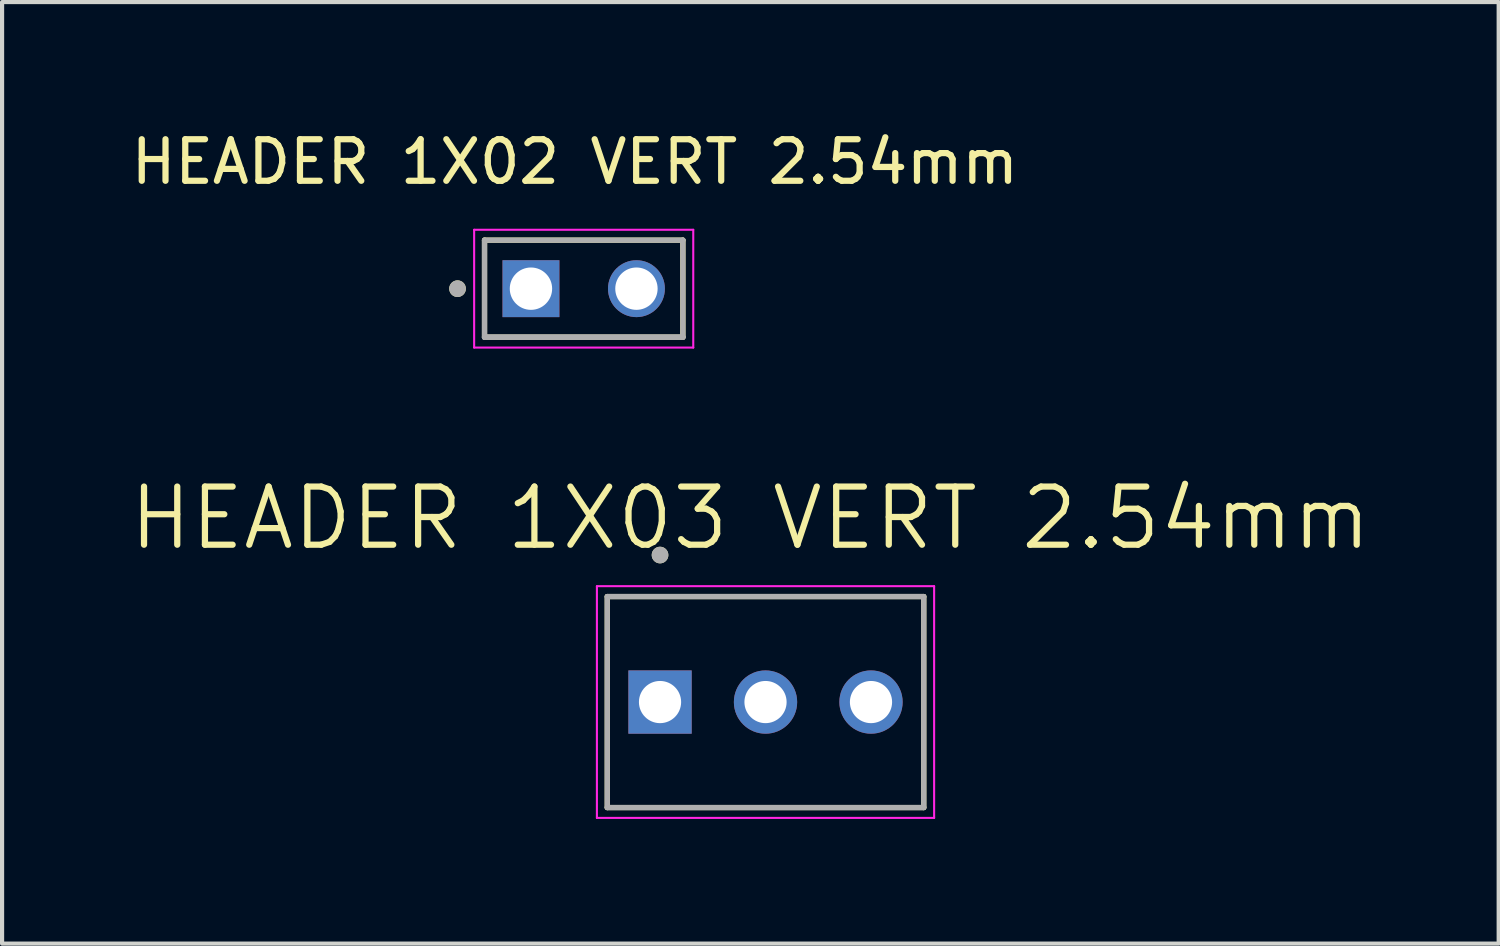
<source format=kicad_pcb>
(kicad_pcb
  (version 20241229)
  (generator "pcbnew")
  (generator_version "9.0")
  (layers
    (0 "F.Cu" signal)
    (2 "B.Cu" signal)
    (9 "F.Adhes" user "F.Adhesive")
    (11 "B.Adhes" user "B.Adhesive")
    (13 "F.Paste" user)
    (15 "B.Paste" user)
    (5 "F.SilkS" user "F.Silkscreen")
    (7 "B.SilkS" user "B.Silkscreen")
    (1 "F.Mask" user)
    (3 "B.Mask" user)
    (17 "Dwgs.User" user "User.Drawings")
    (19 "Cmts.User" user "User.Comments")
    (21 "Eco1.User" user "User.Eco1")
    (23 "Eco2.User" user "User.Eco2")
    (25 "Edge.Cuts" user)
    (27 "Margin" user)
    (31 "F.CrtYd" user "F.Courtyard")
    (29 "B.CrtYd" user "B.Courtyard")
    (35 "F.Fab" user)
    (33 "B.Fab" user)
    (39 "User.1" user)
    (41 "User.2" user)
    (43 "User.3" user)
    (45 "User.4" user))
  (footprint "HEADER 1X02 VERT 2.54mm"
    (layer "F.Cu")
    (at 9.735 3.901)
    (property "Reference" "HEADER 1X02 VERT 2.54mm" (at 1.057 -3.053 0) (layer "F.SilkS") (effects (font (size 1 1) (thickness 0.15))))
    (attr through_hole)
    (fp_line (start -1.118 1.168) (end -1.118 -1.168) (stroke (width 0.127) (type solid)) (layer "F.SilkS"))
    (fp_line (start 3.658 -1.168) (end -1.118 -1.168) (stroke (width 0.127) (type solid)) (layer "F.SilkS"))
    (fp_line (start 3.658 -1.168) (end 3.658 1.168) (stroke (width 0.127) (type solid)) (layer "F.SilkS"))
    (fp_line (start 3.658 1.168) (end -1.118 1.168) (stroke (width 0.127) (type solid)) (layer "F.SilkS"))
    (fp_circle (center -1.768 0) (end -1.668 0) (stroke (width 0.2) (type solid)) (fill no) (layer "F.SilkS"))
    (fp_line (start -1.368 -1.418) (end 3.908 -1.418) (stroke (width 0.05) (type solid)) (layer "F.CrtYd"))
    (fp_line (start -1.368 1.418) (end -1.368 -1.418) (stroke (width 0.05) (type solid)) (layer "F.CrtYd"))
    (fp_line (start 3.908 -1.418) (end 3.908 1.418) (stroke (width 0.05) (type solid)) (layer "F.CrtYd"))
    (fp_line (start 3.908 1.418) (end -1.368 1.418) (stroke (width 0.05) (type solid)) (layer "F.CrtYd"))
    (fp_line (start -1.118 -1.168) (end 3.658 -1.168) (stroke (width 0.127) (type solid)) (layer "F.Fab"))
    (fp_line (start -1.118 1.168) (end -1.118 -1.168) (stroke (width 0.127) (type solid)) (layer "F.Fab"))
    (fp_line (start -1.118 1.168) (end -1.118 1.168) (stroke (width 0.127) (type solid)) (layer "F.Fab"))
    (fp_line (start -1.118 1.168) (end 3.658 1.168) (stroke (width 0.127) (type solid)) (layer "F.Fab"))
    (fp_line (start 3.658 -1.168) (end 3.658 1.168) (stroke (width 0.127) (type solid)) (layer "F.Fab"))
    (fp_line (start 3.658 1.168) (end -1.118 1.168) (stroke (width 0.127) (type solid)) (layer "F.Fab"))
    (fp_line (start 3.658 1.168) (end 3.658 1.168) (stroke (width 0.127) (type solid)) (layer "F.Fab"))
    (fp_circle (center -1.768 0) (end -1.668 0) (stroke (width 0.2) (type solid)) (fill no) (layer "F.Fab"))
    (pad "1" thru_hole rect (at 0 0) (size 1.37 1.37) (drill 1.02) (layers "*.Cu" "*.Mask"))
    (pad "2" thru_hole circle (at 2.54 0) (size 1.37 1.37) (drill 1.02) (layers "*.Cu" "*.Mask")))
  (footprint "HEADER 1X03 VERT 2.54mm"
    (layer "F.Cu")
    (at 15.383 13.855)
    (property "Reference" "HEADER 1X03 VERT 2.54mm" (at -0.365 -4.429 0) (layer "F.SilkS") (effects (font (size 1.4 1.4) (thickness 0.15))))
    (attr through_hole)
    (fp_line (start -3.81 -2.54) (end 3.81 -2.54) (stroke (width 0.127) (type solid)) (layer "F.SilkS"))
    (fp_line (start -3.81 2.54) (end -3.81 -2.54) (stroke (width 0.127) (type solid)) (layer "F.SilkS"))
    (fp_line (start 3.81 -2.54) (end 3.81 2.54) (stroke (width 0.127) (type solid)) (layer "F.SilkS"))
    (fp_line (start 3.81 2.54) (end -3.81 2.54) (stroke (width 0.127) (type solid)) (layer "F.SilkS"))
    (fp_circle (center -2.54 -3.54) (end -2.44 -3.54) (stroke (width 0.2) (type solid)) (fill no) (layer "F.SilkS"))
    (fp_line (start -4.06 -2.79) (end 4.06 -2.79) (stroke (width 0.05) (type solid)) (layer "F.CrtYd"))
    (fp_line (start -4.06 2.79) (end -4.06 -2.79) (stroke (width 0.05) (type solid)) (layer "F.CrtYd"))
    (fp_line (start 4.06 -2.79) (end 4.06 2.79) (stroke (width 0.05) (type solid)) (layer "F.CrtYd"))
    (fp_line (start 4.06 2.79) (end -4.06 2.79) (stroke (width 0.05) (type solid)) (layer "F.CrtYd"))
    (fp_line (start -3.81 -2.54) (end 3.81 -2.54) (stroke (width 0.127) (type solid)) (layer "F.Fab"))
    (fp_line (start -3.81 2.54) (end -3.81 -2.54) (stroke (width 0.127) (type solid)) (layer "F.Fab"))
    (fp_line (start 3.81 -2.54) (end 3.81 2.54) (stroke (width 0.127) (type solid)) (layer "F.Fab"))
    (fp_line (start 3.81 2.54) (end -3.81 2.54) (stroke (width 0.127) (type solid)) (layer "F.Fab"))
    (fp_circle (center -2.54 -3.54) (end -2.44 -3.54) (stroke (width 0.2) (type solid)) (fill no) (layer "F.Fab"))
    (pad "1" thru_hole rect (at -2.54 0) (size 1.524 1.524) (drill 1.016) (layers "*.Cu" "*.Mask"))
    (pad "2" thru_hole circle (at 0 0) (size 1.524 1.524) (drill 1.016) (layers "*.Cu" "*.Mask"))
    (pad "3" thru_hole circle (at 2.54 0) (size 1.524 1.524) (drill 1.016) (layers "*.Cu" "*.Mask")))
  (gr_rect
    (start -3 -3)
    (end 33.037 19.671)
    (stroke (width 0.1) (type default))
    (fill no)
    (layer "Edge.Cuts")))
</source>
